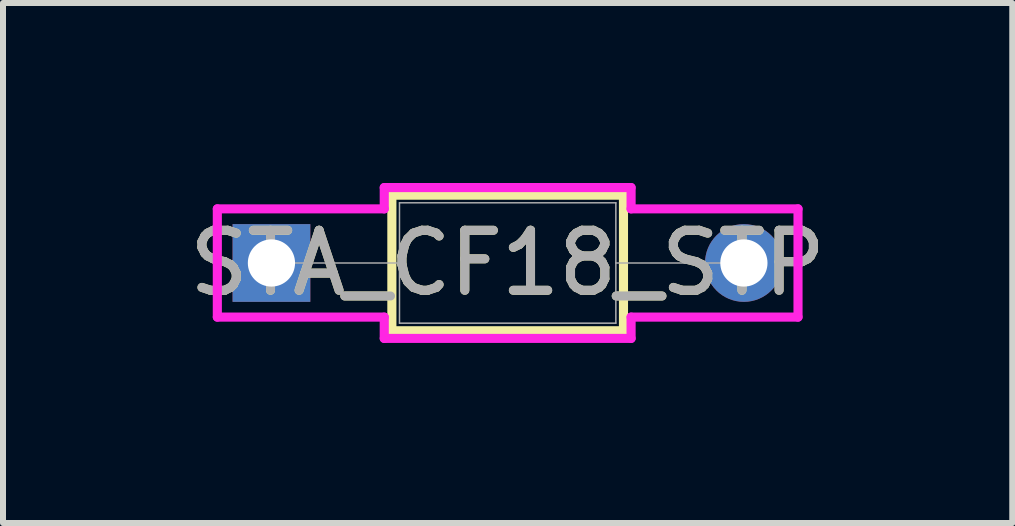
<source format=kicad_pcb>
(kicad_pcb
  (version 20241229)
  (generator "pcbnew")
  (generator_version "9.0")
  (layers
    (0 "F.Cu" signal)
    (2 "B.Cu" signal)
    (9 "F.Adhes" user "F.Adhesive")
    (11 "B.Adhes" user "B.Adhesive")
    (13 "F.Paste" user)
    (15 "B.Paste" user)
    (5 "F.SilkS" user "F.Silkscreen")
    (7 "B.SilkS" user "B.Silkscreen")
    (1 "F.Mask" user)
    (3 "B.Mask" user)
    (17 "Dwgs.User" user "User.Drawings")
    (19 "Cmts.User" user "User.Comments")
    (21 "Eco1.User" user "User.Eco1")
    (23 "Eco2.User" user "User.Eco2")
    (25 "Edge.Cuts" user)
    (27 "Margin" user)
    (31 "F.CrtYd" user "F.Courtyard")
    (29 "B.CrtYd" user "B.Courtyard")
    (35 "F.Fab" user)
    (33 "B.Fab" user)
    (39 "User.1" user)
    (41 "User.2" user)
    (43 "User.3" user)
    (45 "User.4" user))
  (footprint "STA_CF18_STP"
    (layer "F.Cu")
    (at 1.474 1.333)
    (property "Reference" "STA_CF18_STP" (at 3.937 0 0) (unlocked yes) (layer "F.SilkS") (effects (font (size 1 1) (thickness 0.15))))
    (attr through_hole)
    (fp_line (start 2.007 -1.13) (end 2.007 1.13) (stroke (width 0.152) (type solid)) (layer "F.SilkS"))
    (fp_line (start 2.007 1.13) (end 5.867 1.13) (stroke (width 0.152) (type solid)) (layer "F.SilkS"))
    (fp_line (start 5.867 -1.13) (end 2.007 -1.13) (stroke (width 0.152) (type solid)) (layer "F.SilkS"))
    (fp_line (start 5.867 1.13) (end 5.867 -1.13) (stroke (width 0.152) (type solid)) (layer "F.SilkS"))
    (fp_line (start -0.902 -0.902) (end 1.88 -0.902) (stroke (width 0.152) (type solid)) (layer "F.CrtYd"))
    (fp_line (start -0.902 0.902) (end -0.902 -0.902) (stroke (width 0.152) (type solid)) (layer "F.CrtYd"))
    (fp_line (start 1.88 -1.257) (end 5.994 -1.257) (stroke (width 0.152) (type solid)) (layer "F.CrtYd"))
    (fp_line (start 1.88 -0.902) (end 1.88 -1.257) (stroke (width 0.152) (type solid)) (layer "F.CrtYd"))
    (fp_line (start 1.88 0.902) (end -0.902 0.902) (stroke (width 0.152) (type solid)) (layer "F.CrtYd"))
    (fp_line (start 1.88 1.257) (end 1.88 0.902) (stroke (width 0.152) (type solid)) (layer "F.CrtYd"))
    (fp_line (start 5.994 -1.257) (end 5.994 -0.902) (stroke (width 0.152) (type solid)) (layer "F.CrtYd"))
    (fp_line (start 5.994 -0.902) (end 8.776 -0.902) (stroke (width 0.152) (type solid)) (layer "F.CrtYd"))
    (fp_line (start 5.994 0.902) (end 5.994 1.257) (stroke (width 0.152) (type solid)) (layer "F.CrtYd"))
    (fp_line (start 5.994 1.257) (end 1.88 1.257) (stroke (width 0.152) (type solid)) (layer "F.CrtYd"))
    (fp_line (start 8.776 -0.902) (end 8.776 0.902) (stroke (width 0.152) (type solid)) (layer "F.CrtYd"))
    (fp_line (start 8.776 0.902) (end 5.994 0.902) (stroke (width 0.152) (type solid)) (layer "F.CrtYd"))
    (fp_line (start 0 0) (end 2.134 0) (stroke (width 0.025) (type solid)) (layer "F.Fab"))
    (fp_line (start 2.134 -1.003) (end 2.134 1.003) (stroke (width 0.025) (type solid)) (layer "F.Fab"))
    (fp_line (start 2.134 1.003) (end 5.74 1.003) (stroke (width 0.025) (type solid)) (layer "F.Fab"))
    (fp_line (start 5.74 -1.003) (end 2.134 -1.003) (stroke (width 0.025) (type solid)) (layer "F.Fab"))
    (fp_line (start 5.74 1.003) (end 5.74 -1.003) (stroke (width 0.025) (type solid)) (layer "F.Fab"))
    (fp_line (start 7.874 0) (end 5.74 0) (stroke (width 0.025) (type solid)) (layer "F.Fab"))
    (fp_text user "${REFERENCE}" (at 3.937 0 0) (unlocked yes) (layer "F.Fab") (effects (font (size 1 1) (thickness 0.15))))
    (pad "1" thru_hole rect (at 0 0) (size 1.295 1.295) (drill 0.787) (layers "*.Cu" "*.Mask"))
    (pad "2" thru_hole circle (at 7.874 0) (size 1.295 1.295) (drill 0.787) (layers "*.Cu" "*.Mask")))
  (gr_rect
    (start -3 -3)
    (end 13.821 5.667)
    (stroke (width 0.1) (type default))
    (fill no)
    (layer "Edge.Cuts")))
</source>
